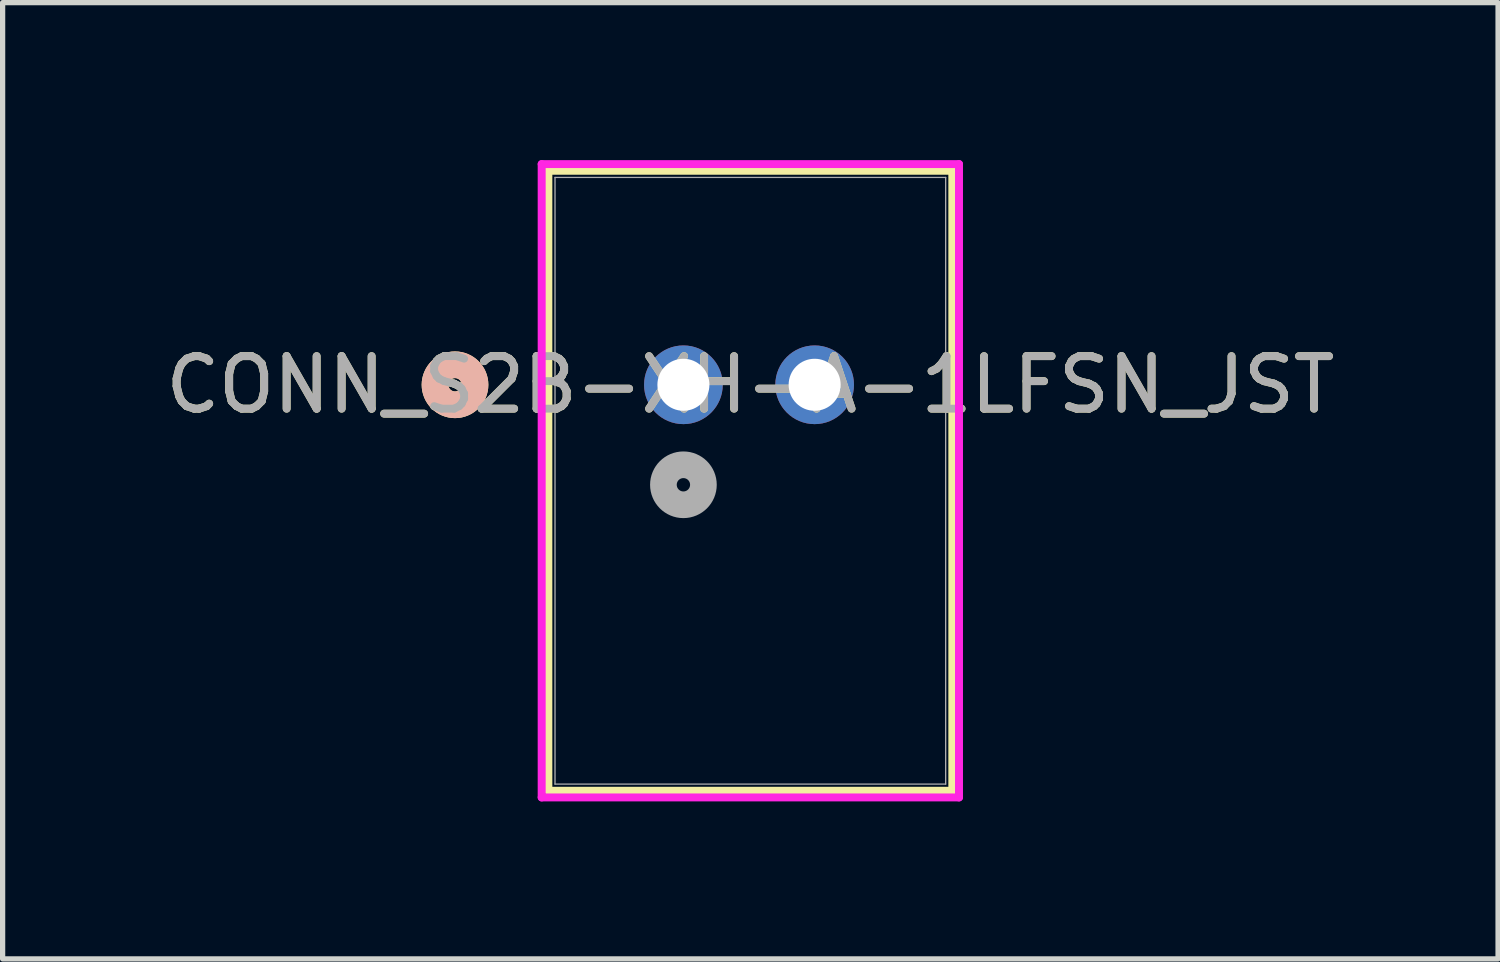
<source format=kicad_pcb>
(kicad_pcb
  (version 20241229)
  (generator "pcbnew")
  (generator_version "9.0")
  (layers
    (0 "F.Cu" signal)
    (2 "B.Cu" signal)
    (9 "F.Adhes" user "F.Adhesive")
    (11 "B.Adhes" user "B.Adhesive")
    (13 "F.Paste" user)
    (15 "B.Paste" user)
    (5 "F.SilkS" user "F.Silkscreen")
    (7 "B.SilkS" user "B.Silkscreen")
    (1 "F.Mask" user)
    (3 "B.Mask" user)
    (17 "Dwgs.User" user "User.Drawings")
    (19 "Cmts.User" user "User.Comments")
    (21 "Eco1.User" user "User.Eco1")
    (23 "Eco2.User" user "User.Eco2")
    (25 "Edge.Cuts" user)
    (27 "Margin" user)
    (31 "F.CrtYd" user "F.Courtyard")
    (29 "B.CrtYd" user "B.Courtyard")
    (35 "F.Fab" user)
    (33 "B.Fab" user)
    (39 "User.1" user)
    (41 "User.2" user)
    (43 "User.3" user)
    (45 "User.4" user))
  (footprint "CONN_S2B-XH-A-1LFSN_JST"
    (layer "F.Cu")
    (at 9.969 4.28)
    (property "Reference" "CONN_S2B-XH-A-1LFSN_JST" (at 1.275 0 0) (unlocked yes) (layer "F.SilkS") (effects (font (size 1 1) (thickness 0.15))))
    (attr through_hole)
    (fp_line (start -2.573 -4.077) (end -2.573 7.734) (stroke (width 0.152) (type solid)) (layer "F.SilkS"))
    (fp_line (start -2.573 7.734) (end 5.123 7.734) (stroke (width 0.152) (type solid)) (layer "F.SilkS"))
    (fp_line (start 5.123 -4.077) (end -2.573 -4.077) (stroke (width 0.152) (type solid)) (layer "F.SilkS"))
    (fp_line (start 5.123 7.734) (end 5.123 -4.077) (stroke (width 0.152) (type solid)) (layer "F.SilkS"))
    (fp_circle (center -4.351 0) (end -3.97 0) (stroke (width 0.508) (type solid)) (fill no) (layer "F.SilkS"))
    (fp_circle (center -4.351 0) (end -3.97 0) (stroke (width 0.508) (type solid)) (fill no) (layer "B.SilkS"))
    (fp_line (start -2.7 -4.204) (end -2.7 7.861) (stroke (width 0.152) (type solid)) (layer "F.CrtYd"))
    (fp_line (start -2.7 7.861) (end 5.25 7.861) (stroke (width 0.152) (type solid)) (layer "F.CrtYd"))
    (fp_line (start 5.25 -4.204) (end -2.7 -4.204) (stroke (width 0.152) (type solid)) (layer "F.CrtYd"))
    (fp_line (start 5.25 7.861) (end 5.25 -4.204) (stroke (width 0.152) (type solid)) (layer "F.CrtYd"))
    (fp_line (start -2.446 -3.95) (end -2.446 7.607) (stroke (width 0.025) (type solid)) (layer "F.Fab"))
    (fp_line (start -2.446 7.607) (end 4.996 7.607) (stroke (width 0.025) (type solid)) (layer "F.Fab"))
    (fp_line (start 4.996 -3.95) (end -2.446 -3.95) (stroke (width 0.025) (type solid)) (layer "F.Fab"))
    (fp_line (start 4.996 7.607) (end 4.996 -3.95) (stroke (width 0.025) (type solid)) (layer "F.Fab"))
    (fp_circle (center 0 1.905) (end 0.381 1.905) (stroke (width 0.508) (type solid)) (fill no) (layer "F.Fab"))
    (fp_text user "${REFERENCE}" (at 1.275 0 0) (unlocked yes) (layer "F.Fab") (effects (font (size 1 1) (thickness 0.15))))
    (pad "1" thru_hole circle (at 0 0) (size 1.499 1.499) (drill 0.991) (layers "*.Cu" "*.Mask"))
    (pad "2" thru_hole circle (at 2.5 0) (size 1.499 1.499) (drill 0.991) (layers "*.Cu" "*.Mask")))
  (gr_rect
    (start -3 -3)
    (end 25.488 15.217)
    (stroke (width 0.1) (type default))
    (fill no)
    (layer "Edge.Cuts")))
</source>
